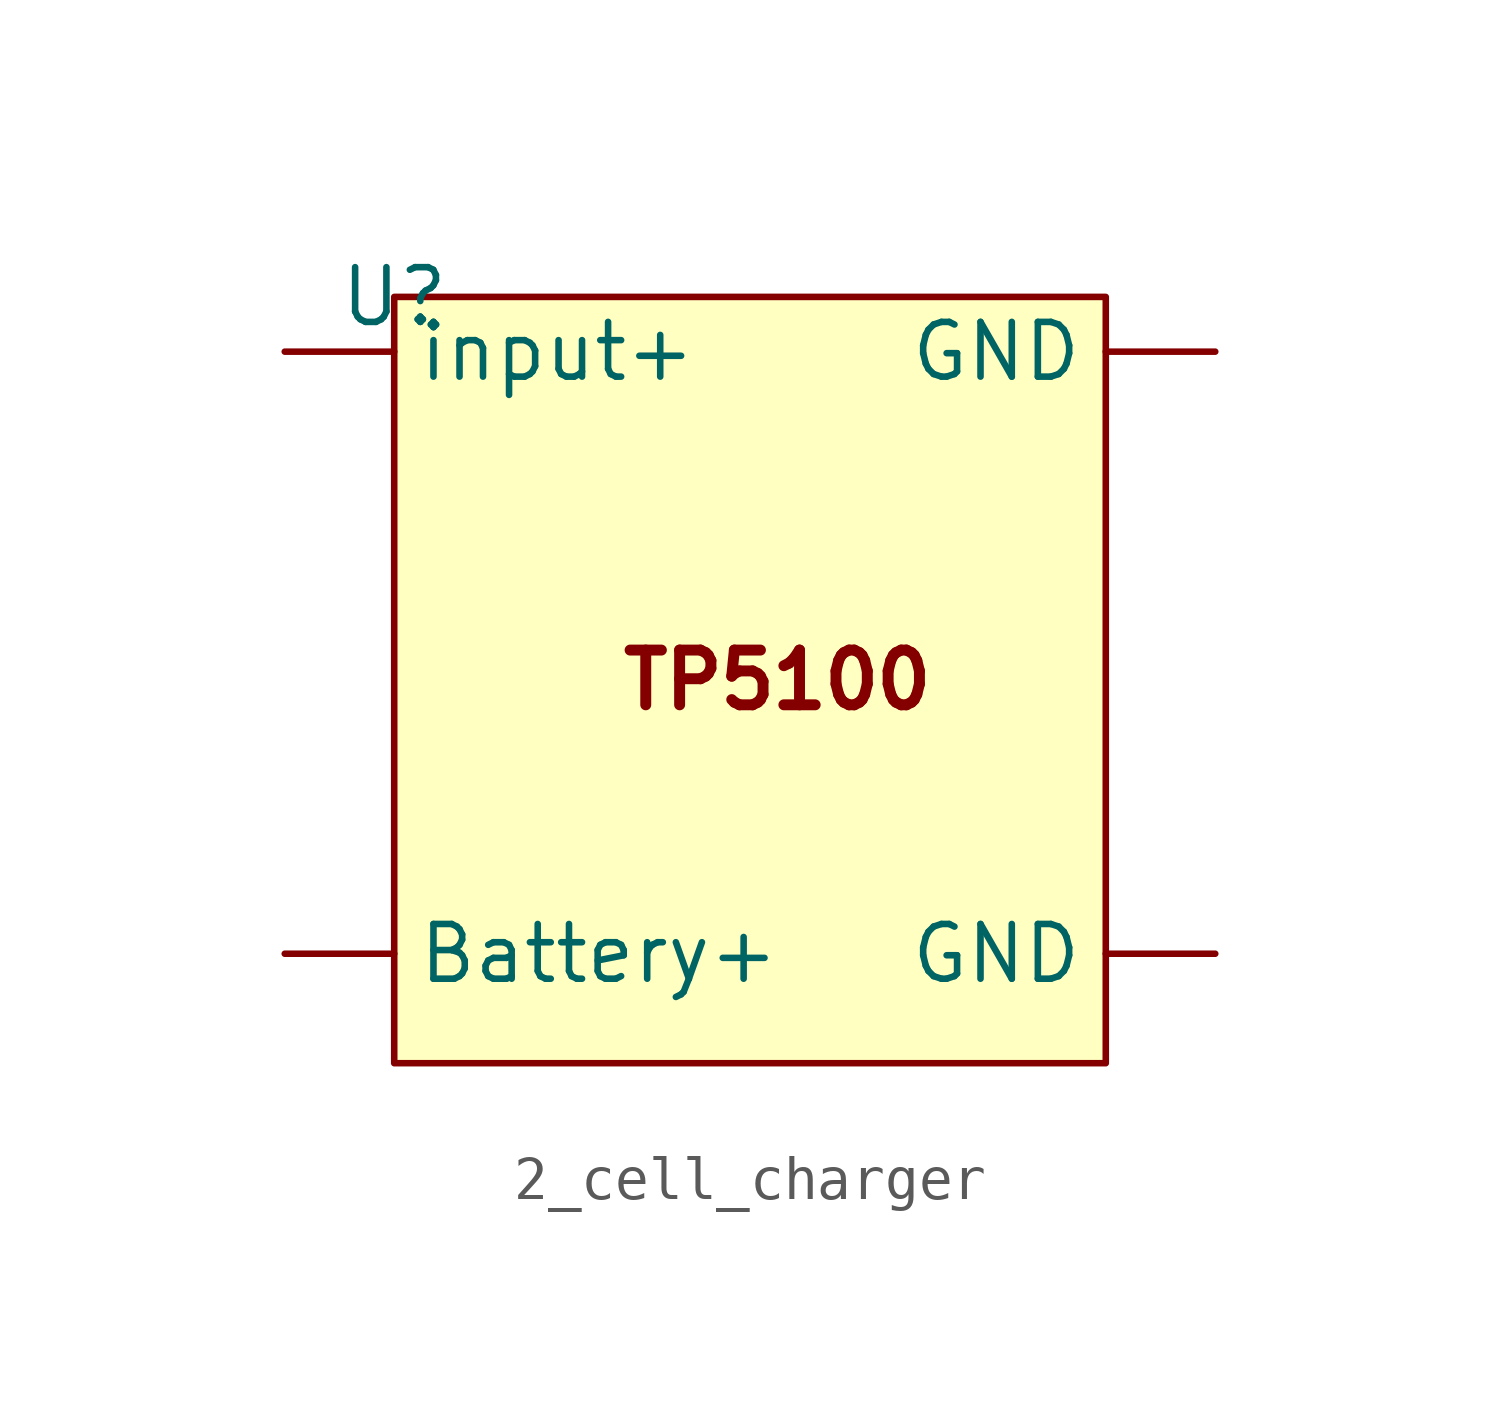
<source format=kicad_sym>
(kicad_symbol_lib
  (version 20220914)
  (generator kicad_symbol_editor)
  (symbol "2_cell_charger"
    (property "Reference" "U"
      (at 0 0 0)
      (effects (font (size 1.27 1.27))))
    (property "Value" ""
      (at 0 0 0)
      (effects (font (size 1.27 1.27))))
    (symbol "2_cell_charger_1_1"
      (rectangle (start 0 0) (end 16.51 -17.78) (stroke (width 0) (type default)) (fill (type background)))
      (text "TP5100" (at 8.89 -8.89 0) (effects (font (size 1.27 1.27) bold)))
      (pin input line (at -2.54 -15.24 0) (length 2.54) (name "Battery+" (effects (font (size 1.27 1.27)))) (number "" (effects (font (size 1.27 1.27)))))
      (pin input line (at 19.05 -15.24 180) (length 2.54) (name "GND" (effects (font (size 1.27 1.27)))) (number "" (effects (font (size 1.27 1.27)))))
      (pin input line (at 19.05 -1.27 180) (length 2.54) (name "GND" (effects (font (size 1.27 1.27)))) (number "" (effects (font (size 1.27 1.27)))))
      (pin input line (at -2.54 -1.27 0) (length 2.54) (name "input+" (effects (font (size 1.27 1.27)))) (number "" (effects (font (size 1.27 1.27))))))))
</source>
